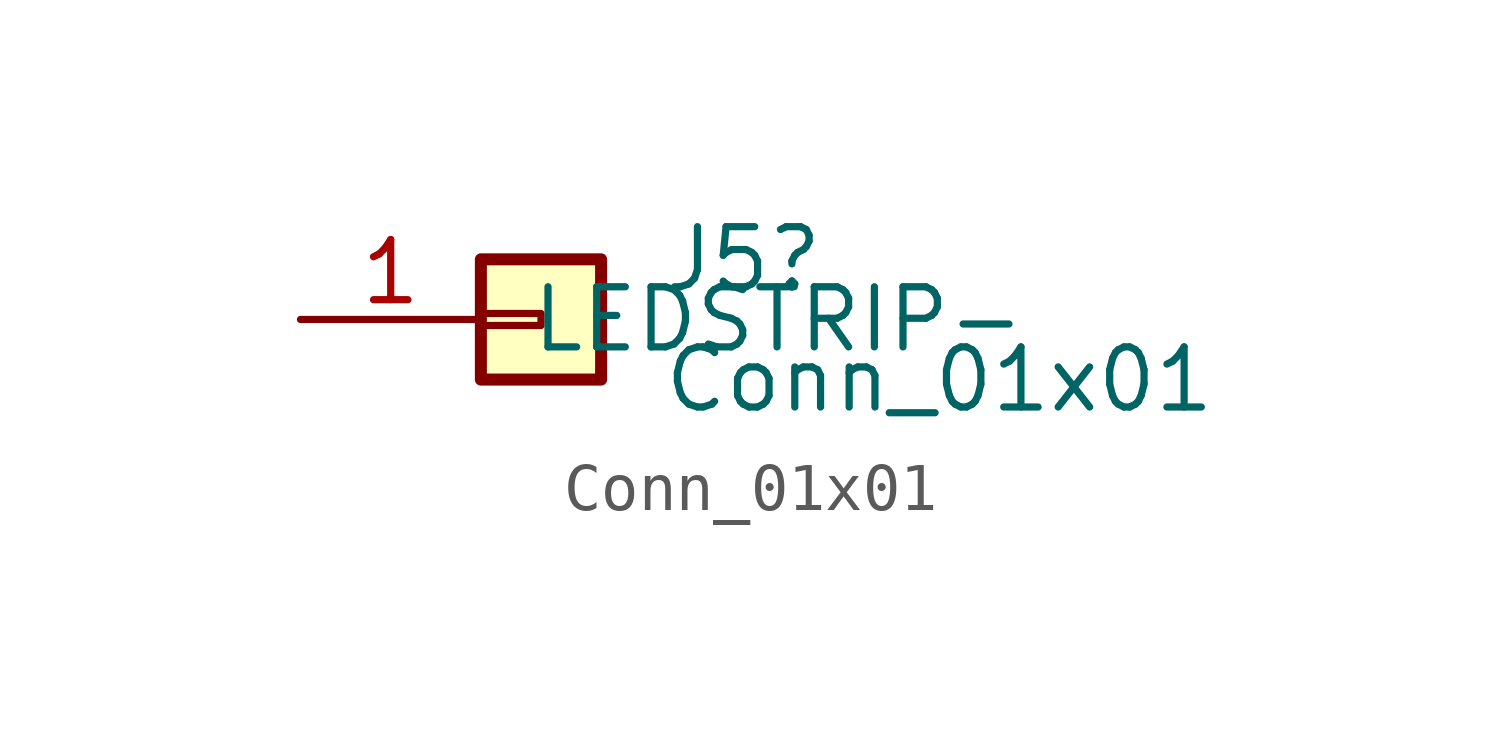
<source format=kicad_sym>
(kicad_symbol_lib
  (version 20211014)
  (generator kicad_symbol_editor)
  (symbol "Conn_01x01"
    (pin_names
      (offset 1.016))
    (property "Reference" "J5"
      (at 2.54 1.27 0)
      (effects (font (size 1.27 1.27)) (justify left)))
    (property "Value" "Conn_01x01"
      (at 2.54 -1.27 0)
      (effects (font (size 1.27 1.27)) (justify left)))
    (symbol "Conn_01x01_1_1"
      (rectangle (start -1.27 0.127) (end 0 -0.127) (stroke (width 0.152) (type default) (color 0 0 0 0)) (fill (type none)))
      (rectangle (start -1.27 1.27) (end 1.27 -1.27) (stroke (width 0.254) (type default) (color 0 0 0 0)) (fill (type background)))
      (pin power_in line (at -5.08 0 0) (length 3.81) (name "LEDSTRIP-" (effects (font (size 1.27 1.27)))) (number "1" (effects (font (size 1.27 1.27))))))))
</source>
